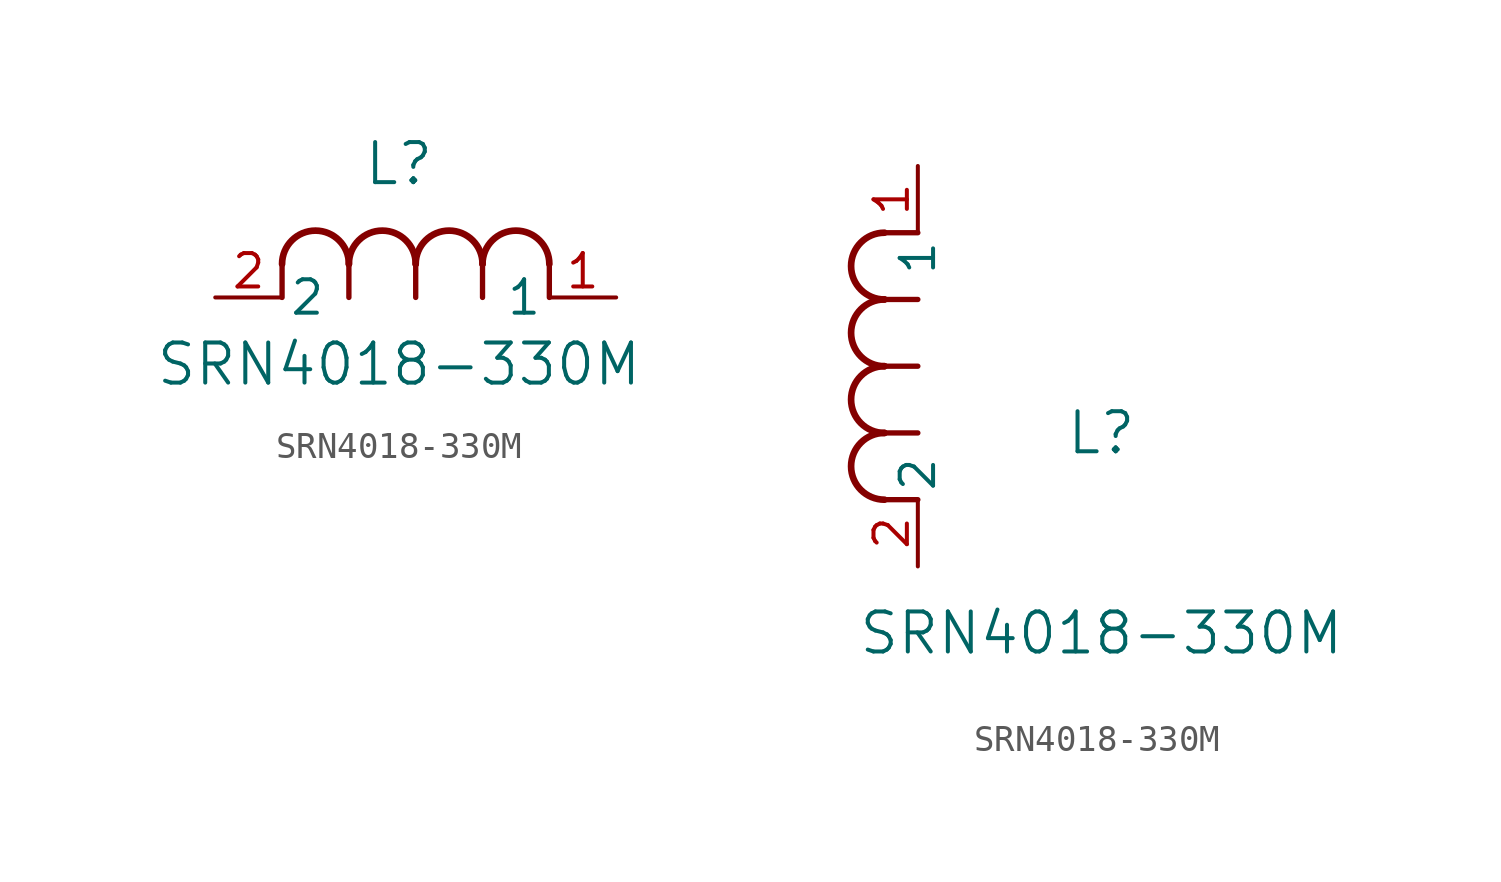
<source format=kicad_sym>
(kicad_symbol_lib
  (version 20211014)
  (generator kicad_symbol_editor)
  (symbol "SRN4018-330M"
    (pin_names
      (offset 0.254))
    (property "Reference" "L"
      (at 6.985 5.08 0)
      (effects (font (size 1.524 1.524))))
    (property "Value" "SRN4018-330M"
      (at 6.985 -2.54 0)
      (effects (font (size 1.524 1.524))))
    (symbol "SRN4018-330M_1_1"
      (arc (start 7.62 1.27) (mid 6.35 2.54) (end 5.08 1.27) (stroke (width 0.254) (type default) (color 0 0 0 0)) (fill (type none)))
      (polyline (pts (xy 5.08 0) (xy 5.08 1.27)) (stroke (width 0.203) (type default) (color 0 0 0 0)) (fill (type none)))
      (polyline (pts (xy 7.62 0) (xy 7.62 1.27)) (stroke (width 0.203) (type default) (color 0 0 0 0)) (fill (type none)))
      (polyline (pts (xy 12.7 0) (xy 12.7 1.27)) (stroke (width 0.203) (type default) (color 0 0 0 0)) (fill (type none)))
      (arc (start 5.08 1.27) (mid 3.81 2.54) (end 2.54 1.27) (stroke (width 0.254) (type default) (color 0 0 0 0)) (fill (type none)))
      (arc (start 10.16 1.27) (mid 8.89 2.54) (end 7.62 1.27) (stroke (width 0.254) (type default) (color 0 0 0 0)) (fill (type none)))
      (arc (start 12.7 1.27) (mid 11.43 2.54) (end 10.16 1.27) (stroke (width 0.254) (type default) (color 0 0 0 0)) (fill (type none)))
      (polyline (pts (xy 2.54 0) (xy 2.54 1.27)) (stroke (width 0.203) (type default) (color 0 0 0 0)) (fill (type none)))
      (polyline (pts (xy 10.16 0) (xy 10.16 1.27)) (stroke (width 0.203) (type default) (color 0 0 0 0)) (fill (type none)))
      (pin unspecified line (at 0 0 0) (length 2.54) (name "2" (effects (font (size 1.27 1.27)))) (number "2" (effects (font (size 1.27 1.27)))))
      (pin unspecified line (at 15.24 0 180) (length 2.54) (name "1" (effects (font (size 1.27 1.27)))) (number "1" (effects (font (size 1.27 1.27))))))
    (symbol "SRN4018-330M_1_2"
      (arc (start -1.27 7.62) (mid -2.54 6.35) (end -1.27 5.08) (stroke (width 0.254) (type default) (color 0 0 0 0)) (fill (type none)))
      (arc (start -1.27 5.08) (mid -2.54 3.81) (end -1.27 2.54) (stroke (width 0.254) (type default) (color 0 0 0 0)) (fill (type none)))
      (arc (start -1.27 12.7) (mid -2.54 11.43) (end -1.27 10.16) (stroke (width 0.254) (type default) (color 0 0 0 0)) (fill (type none)))
      (arc (start -1.27 10.16) (mid -2.54 8.89) (end -1.27 7.62) (stroke (width 0.254) (type default) (color 0 0 0 0)) (fill (type none)))
      (polyline (pts (xy 0 7.62) (xy -1.27 7.62)) (stroke (width 0.203) (type default) (color 0 0 0 0)) (fill (type none)))
      (polyline (pts (xy 0 5.08) (xy -1.27 5.08)) (stroke (width 0.203) (type default) (color 0 0 0 0)) (fill (type none)))
      (polyline (pts (xy 0 12.7) (xy -1.27 12.7)) (stroke (width 0.203) (type default) (color 0 0 0 0)) (fill (type none)))
      (polyline (pts (xy 0 2.54) (xy -1.27 2.54)) (stroke (width 0.203) (type default) (color 0 0 0 0)) (fill (type none)))
      (polyline (pts (xy 0 10.16) (xy -1.27 10.16)) (stroke (width 0.203) (type default) (color 0 0 0 0)) (fill (type none)))
      (pin unspecified line (at 0 0 90) (length 2.54) (name "2" (effects (font (size 1.27 1.27)))) (number "2" (effects (font (size 1.27 1.27)))))
      (pin unspecified line (at 0 15.24 270) (length 2.54) (name "1" (effects (font (size 1.27 1.27)))) (number "1" (effects (font (size 1.27 1.27))))))))
</source>
